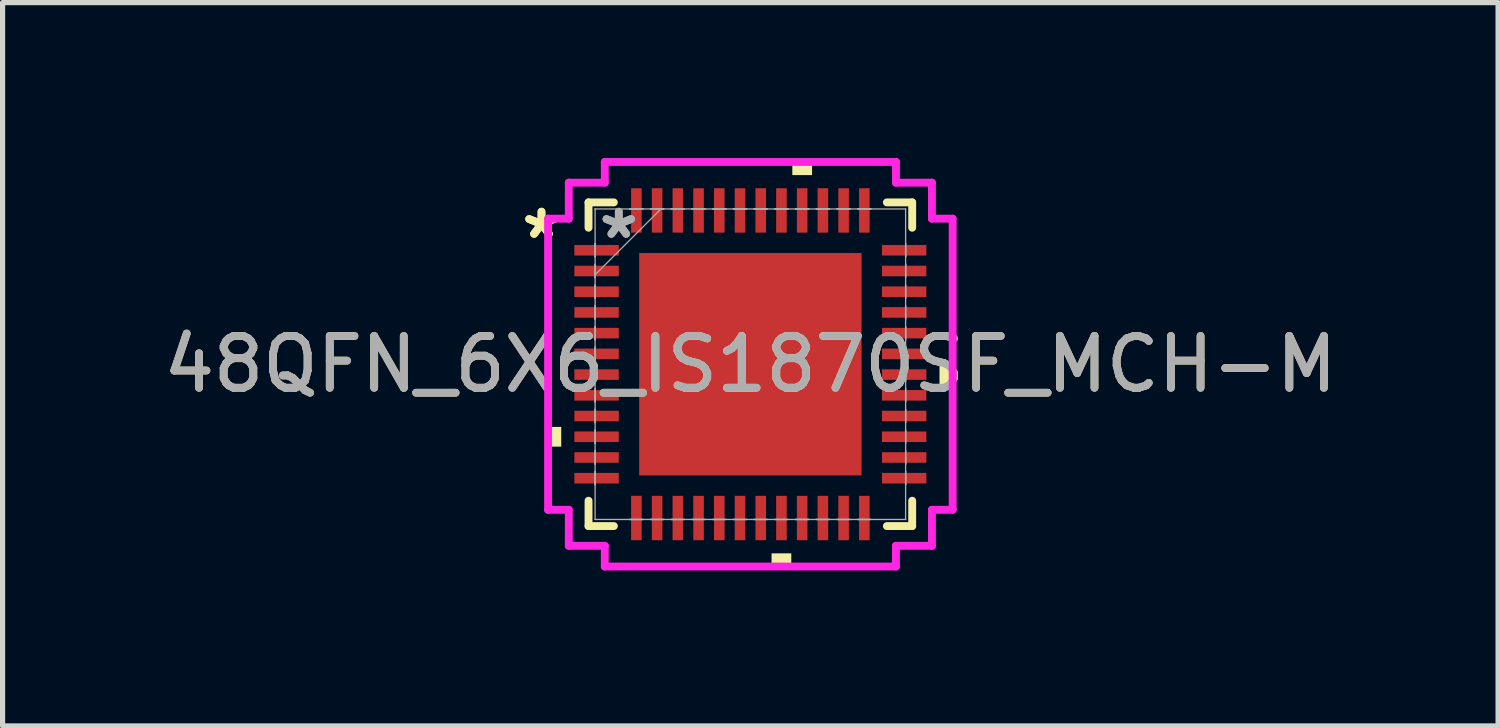
<source format=kicad_pcb>
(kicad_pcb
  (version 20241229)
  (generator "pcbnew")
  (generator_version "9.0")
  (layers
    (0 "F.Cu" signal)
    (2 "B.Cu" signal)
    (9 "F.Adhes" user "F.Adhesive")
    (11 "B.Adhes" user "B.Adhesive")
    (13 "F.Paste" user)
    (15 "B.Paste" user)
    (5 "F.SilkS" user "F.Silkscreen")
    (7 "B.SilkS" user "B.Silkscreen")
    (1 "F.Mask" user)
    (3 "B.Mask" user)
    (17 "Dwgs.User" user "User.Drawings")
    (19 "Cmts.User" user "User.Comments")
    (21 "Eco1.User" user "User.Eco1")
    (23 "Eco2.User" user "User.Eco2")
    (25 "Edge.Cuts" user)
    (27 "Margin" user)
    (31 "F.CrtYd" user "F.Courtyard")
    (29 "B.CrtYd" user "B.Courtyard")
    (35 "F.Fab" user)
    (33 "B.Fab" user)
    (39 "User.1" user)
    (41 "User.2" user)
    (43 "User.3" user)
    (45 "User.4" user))
  (footprint "48QFN_6X6_IS1870SF_MCH-M"
    (layer "F.Cu")
    (at 11.435 3.981)
    (property "Reference" "48QFN_6X6_IS1870SF_MCH-M" (at 0 0 0) (unlocked yes) (layer "F.SilkS") (effects (font (size 1 1) (thickness 0.15))))
    (attr smd)
    (fp_line (start -3.124 -3.124) (end -3.124 -2.635) (stroke (width 0.152) (type solid)) (layer "F.SilkS"))
    (fp_line (start -3.124 2.635) (end -3.124 3.124) (stroke (width 0.152) (type solid)) (layer "F.SilkS"))
    (fp_line (start -3.124 3.124) (end -2.635 3.124) (stroke (width 0.152) (type solid)) (layer "F.SilkS"))
    (fp_line (start -2.635 -3.124) (end -3.124 -3.124) (stroke (width 0.152) (type solid)) (layer "F.SilkS"))
    (fp_line (start 2.635 3.124) (end 3.124 3.124) (stroke (width 0.152) (type solid)) (layer "F.SilkS"))
    (fp_line (start 3.124 -3.124) (end 2.635 -3.124) (stroke (width 0.152) (type solid)) (layer "F.SilkS"))
    (fp_line (start 3.124 -2.635) (end 3.124 -3.124) (stroke (width 0.152) (type solid)) (layer "F.SilkS"))
    (fp_line (start 3.124 3.124) (end 3.124 2.635) (stroke (width 0.152) (type solid)) (layer "F.SilkS"))
    (fp_poly (pts (xy -3.905 1.21) (xy -3.905 1.591) (xy -3.651 1.591) (xy -3.651 1.21)) (stroke (width 0) (type solid)) (fill yes) (layer "F.SilkS"))
    (fp_poly (pts (xy 0.409 3.651) (xy 0.409 3.905) (xy 0.79 3.905) (xy 0.79 3.651)) (stroke (width 0) (type solid)) (fill yes) (layer "F.SilkS"))
    (fp_poly (pts (xy 0.81 -3.651) (xy 0.81 -3.905) (xy 1.191 -3.905) (xy 1.191 -3.651)) (stroke (width 0) (type solid)) (fill yes) (layer "F.SilkS"))
    (fp_poly (pts (xy 3.905 0.009) (xy 3.905 0.391) (xy 3.651 0.391) (xy 3.651 0.009)) (stroke (width 0) (type solid)) (fill yes) (layer "F.SilkS"))
    (fp_poly (pts (xy -2.046 -2.046) (xy -2.046 -0.815) (xy -0.815 -0.815) (xy -0.815 -2.046)) (stroke (width 0) (type solid)) (fill yes) (layer "F.Paste"))
    (fp_poly (pts (xy -2.046 -0.615) (xy -2.046 0.615) (xy -0.815 0.615) (xy -0.815 -0.615)) (stroke (width 0) (type solid)) (fill yes) (layer "F.Paste"))
    (fp_poly (pts (xy -2.046 0.815) (xy -2.046 2.046) (xy -0.815 2.046) (xy -0.815 0.815)) (stroke (width 0) (type solid)) (fill yes) (layer "F.Paste"))
    (fp_poly (pts (xy -0.615 -2.046) (xy -0.615 -0.815) (xy 0.615 -0.815) (xy 0.615 -2.046)) (stroke (width 0) (type solid)) (fill yes) (layer "F.Paste"))
    (fp_poly (pts (xy -0.615 -0.615) (xy -0.615 0.615) (xy 0.615 0.615) (xy 0.615 -0.615)) (stroke (width 0) (type solid)) (fill yes) (layer "F.Paste"))
    (fp_poly (pts (xy -0.615 0.815) (xy -0.615 2.046) (xy 0.615 2.046) (xy 0.615 0.815)) (stroke (width 0) (type solid)) (fill yes) (layer "F.Paste"))
    (fp_poly (pts (xy 0.815 -2.046) (xy 0.815 -0.815) (xy 2.046 -0.815) (xy 2.046 -2.046)) (stroke (width 0) (type solid)) (fill yes) (layer "F.Paste"))
    (fp_poly (pts (xy 0.815 -0.615) (xy 0.815 0.615) (xy 2.046 0.615) (xy 2.046 -0.615)) (stroke (width 0) (type solid)) (fill yes) (layer "F.Paste"))
    (fp_poly (pts (xy 0.815 0.815) (xy 0.815 2.046) (xy 2.046 2.046) (xy 2.046 0.815)) (stroke (width 0) (type solid)) (fill yes) (layer "F.Paste"))
    (fp_line (start -3.905 -2.81) (end -3.505 -2.81) (stroke (width 0.152) (type solid)) (layer "F.CrtYd"))
    (fp_line (start -3.905 2.81) (end -3.905 -2.81) (stroke (width 0.152) (type solid)) (layer "F.CrtYd"))
    (fp_line (start -3.505 -3.505) (end -2.81 -3.505) (stroke (width 0.152) (type solid)) (layer "F.CrtYd"))
    (fp_line (start -3.505 -2.81) (end -3.505 -3.505) (stroke (width 0.152) (type solid)) (layer "F.CrtYd"))
    (fp_line (start -3.505 2.81) (end -3.905 2.81) (stroke (width 0.152) (type solid)) (layer "F.CrtYd"))
    (fp_line (start -3.505 3.505) (end -3.505 2.81) (stroke (width 0.152) (type solid)) (layer "F.CrtYd"))
    (fp_line (start -2.81 -3.905) (end 2.81 -3.905) (stroke (width 0.152) (type solid)) (layer "F.CrtYd"))
    (fp_line (start -2.81 -3.505) (end -2.81 -3.905) (stroke (width 0.152) (type solid)) (layer "F.CrtYd"))
    (fp_line (start -2.81 3.505) (end -3.505 3.505) (stroke (width 0.152) (type solid)) (layer "F.CrtYd"))
    (fp_line (start -2.81 3.905) (end -2.81 3.505) (stroke (width 0.152) (type solid)) (layer "F.CrtYd"))
    (fp_line (start 2.81 -3.905) (end 2.81 -3.505) (stroke (width 0.152) (type solid)) (layer "F.CrtYd"))
    (fp_line (start 2.81 -3.505) (end 3.505 -3.505) (stroke (width 0.152) (type solid)) (layer "F.CrtYd"))
    (fp_line (start 2.81 3.505) (end 2.81 3.905) (stroke (width 0.152) (type solid)) (layer "F.CrtYd"))
    (fp_line (start 2.81 3.905) (end -2.81 3.905) (stroke (width 0.152) (type solid)) (layer "F.CrtYd"))
    (fp_line (start 3.505 -3.505) (end 3.505 -2.81) (stroke (width 0.152) (type solid)) (layer "F.CrtYd"))
    (fp_line (start 3.505 -2.81) (end 3.905 -2.81) (stroke (width 0.152) (type solid)) (layer "F.CrtYd"))
    (fp_line (start 3.505 2.81) (end 3.505 3.505) (stroke (width 0.152) (type solid)) (layer "F.CrtYd"))
    (fp_line (start 3.505 3.505) (end 2.81 3.505) (stroke (width 0.152) (type solid)) (layer "F.CrtYd"))
    (fp_line (start 3.905 -2.81) (end 3.905 2.81) (stroke (width 0.152) (type solid)) (layer "F.CrtYd"))
    (fp_line (start 3.905 2.81) (end 3.505 2.81) (stroke (width 0.152) (type solid)) (layer "F.CrtYd"))
    (fp_line (start -2.997 -2.997) (end -2.997 -2.997) (stroke (width 0.025) (type solid)) (layer "F.Fab"))
    (fp_line (start -2.997 -2.997) (end -2.997 2.997) (stroke (width 0.025) (type solid)) (layer "F.Fab"))
    (fp_line (start -2.997 -2.327) (end -2.997 -2.327) (stroke (width 0.025) (type solid)) (layer "F.Fab"))
    (fp_line (start -2.997 -2.327) (end -2.997 -2.073) (stroke (width 0.025) (type solid)) (layer "F.Fab"))
    (fp_line (start -2.997 -2.073) (end -2.997 -2.327) (stroke (width 0.025) (type solid)) (layer "F.Fab"))
    (fp_line (start -2.997 -2.073) (end -2.997 -2.073) (stroke (width 0.025) (type solid)) (layer "F.Fab"))
    (fp_line (start -2.997 -1.927) (end -2.997 -1.927) (stroke (width 0.025) (type solid)) (layer "F.Fab"))
    (fp_line (start -2.997 -1.927) (end -2.997 -1.673) (stroke (width 0.025) (type solid)) (layer "F.Fab"))
    (fp_line (start -2.997 -1.727) (end -1.727 -2.997) (stroke (width 0.025) (type solid)) (layer "F.Fab"))
    (fp_line (start -2.997 -1.673) (end -2.997 -1.927) (stroke (width 0.025) (type solid)) (layer "F.Fab"))
    (fp_line (start -2.997 -1.673) (end -2.997 -1.673) (stroke (width 0.025) (type solid)) (layer "F.Fab"))
    (fp_line (start -2.997 -1.527) (end -2.997 -1.527) (stroke (width 0.025) (type solid)) (layer "F.Fab"))
    (fp_line (start -2.997 -1.527) (end -2.997 -1.273) (stroke (width 0.025) (type solid)) (layer "F.Fab"))
    (fp_line (start -2.997 -1.273) (end -2.997 -1.527) (stroke (width 0.025) (type solid)) (layer "F.Fab"))
    (fp_line (start -2.997 -1.273) (end -2.997 -1.273) (stroke (width 0.025) (type solid)) (layer "F.Fab"))
    (fp_line (start -2.997 -1.127) (end -2.997 -1.127) (stroke (width 0.025) (type solid)) (layer "F.Fab"))
    (fp_line (start -2.997 -1.127) (end -2.997 -0.873) (stroke (width 0.025) (type solid)) (layer "F.Fab"))
    (fp_line (start -2.997 -0.873) (end -2.997 -1.127) (stroke (width 0.025) (type solid)) (layer "F.Fab"))
    (fp_line (start -2.997 -0.873) (end -2.997 -0.873) (stroke (width 0.025) (type solid)) (layer "F.Fab"))
    (fp_line (start -2.997 -0.727) (end -2.997 -0.727) (stroke (width 0.025) (type solid)) (layer "F.Fab"))
    (fp_line (start -2.997 -0.727) (end -2.997 -0.473) (stroke (width 0.025) (type solid)) (layer "F.Fab"))
    (fp_line (start -2.997 -0.473) (end -2.997 -0.727) (stroke (width 0.025) (type solid)) (layer "F.Fab"))
    (fp_line (start -2.997 -0.473) (end -2.997 -0.473) (stroke (width 0.025) (type solid)) (layer "F.Fab"))
    (fp_line (start -2.997 -0.327) (end -2.997 -0.327) (stroke (width 0.025) (type solid)) (layer "F.Fab"))
    (fp_line (start -2.997 -0.327) (end -2.997 -0.073) (stroke (width 0.025) (type solid)) (layer "F.Fab"))
    (fp_line (start -2.997 -0.073) (end -2.997 -0.327) (stroke (width 0.025) (type solid)) (layer "F.Fab"))
    (fp_line (start -2.997 -0.073) (end -2.997 -0.073) (stroke (width 0.025) (type solid)) (layer "F.Fab"))
    (fp_line (start -2.997 0.073) (end -2.997 0.073) (stroke (width 0.025) (type solid)) (layer "F.Fab"))
    (fp_line (start -2.997 0.073) (end -2.997 0.327) (stroke (width 0.025) (type solid)) (layer "F.Fab"))
    (fp_line (start -2.997 0.327) (end -2.997 0.073) (stroke (width 0.025) (type solid)) (layer "F.Fab"))
    (fp_line (start -2.997 0.327) (end -2.997 0.327) (stroke (width 0.025) (type solid)) (layer "F.Fab"))
    (fp_line (start -2.997 0.473) (end -2.997 0.473) (stroke (width 0.025) (type solid)) (layer "F.Fab"))
    (fp_line (start -2.997 0.473) (end -2.997 0.727) (stroke (width 0.025) (type solid)) (layer "F.Fab"))
    (fp_line (start -2.997 0.727) (end -2.997 0.473) (stroke (width 0.025) (type solid)) (layer "F.Fab"))
    (fp_line (start -2.997 0.727) (end -2.997 0.727) (stroke (width 0.025) (type solid)) (layer "F.Fab"))
    (fp_line (start -2.997 0.873) (end -2.997 0.873) (stroke (width 0.025) (type solid)) (layer "F.Fab"))
    (fp_line (start -2.997 0.873) (end -2.997 1.127) (stroke (width 0.025) (type solid)) (layer "F.Fab"))
    (fp_line (start -2.997 1.127) (end -2.997 0.873) (stroke (width 0.025) (type solid)) (layer "F.Fab"))
    (fp_line (start -2.997 1.127) (end -2.997 1.127) (stroke (width 0.025) (type solid)) (layer "F.Fab"))
    (fp_line (start -2.997 1.273) (end -2.997 1.273) (stroke (width 0.025) (type solid)) (layer "F.Fab"))
    (fp_line (start -2.997 1.273) (end -2.997 1.527) (stroke (width 0.025) (type solid)) (layer "F.Fab"))
    (fp_line (start -2.997 1.527) (end -2.997 1.273) (stroke (width 0.025) (type solid)) (layer "F.Fab"))
    (fp_line (start -2.997 1.527) (end -2.997 1.527) (stroke (width 0.025) (type solid)) (layer "F.Fab"))
    (fp_line (start -2.997 1.673) (end -2.997 1.673) (stroke (width 0.025) (type solid)) (layer "F.Fab"))
    (fp_line (start -2.997 1.673) (end -2.997 1.927) (stroke (width 0.025) (type solid)) (layer "F.Fab"))
    (fp_line (start -2.997 1.927) (end -2.997 1.673) (stroke (width 0.025) (type solid)) (layer "F.Fab"))
    (fp_line (start -2.997 1.927) (end -2.997 1.927) (stroke (width 0.025) (type solid)) (layer "F.Fab"))
    (fp_line (start -2.997 2.073) (end -2.997 2.073) (stroke (width 0.025) (type solid)) (layer "F.Fab"))
    (fp_line (start -2.997 2.073) (end -2.997 2.327) (stroke (width 0.025) (type solid)) (layer "F.Fab"))
    (fp_line (start -2.997 2.327) (end -2.997 2.073) (stroke (width 0.025) (type solid)) (layer "F.Fab"))
    (fp_line (start -2.997 2.327) (end -2.997 2.327) (stroke (width 0.025) (type solid)) (layer "F.Fab"))
    (fp_line (start -2.997 2.997) (end -2.997 2.997) (stroke (width 0.025) (type solid)) (layer "F.Fab"))
    (fp_line (start -2.997 2.997) (end 2.997 2.997) (stroke (width 0.025) (type solid)) (layer "F.Fab"))
    (fp_line (start -2.327 -2.997) (end -2.327 -2.997) (stroke (width 0.025) (type solid)) (layer "F.Fab"))
    (fp_line (start -2.327 -2.997) (end -2.073 -2.997) (stroke (width 0.025) (type solid)) (layer "F.Fab"))
    (fp_line (start -2.327 2.997) (end -2.327 2.997) (stroke (width 0.025) (type solid)) (layer "F.Fab"))
    (fp_line (start -2.327 2.997) (end -2.073 2.997) (stroke (width 0.025) (type solid)) (layer "F.Fab"))
    (fp_line (start -2.073 -2.997) (end -2.327 -2.997) (stroke (width 0.025) (type solid)) (layer "F.Fab"))
    (fp_line (start -2.073 -2.997) (end -2.073 -2.997) (stroke (width 0.025) (type solid)) (layer "F.Fab"))
    (fp_line (start -2.073 2.997) (end -2.327 2.997) (stroke (width 0.025) (type solid)) (layer "F.Fab"))
    (fp_line (start -2.073 2.997) (end -2.073 2.997) (stroke (width 0.025) (type solid)) (layer "F.Fab"))
    (fp_line (start -1.927 -2.997) (end -1.927 -2.997) (stroke (width 0.025) (type solid)) (layer "F.Fab"))
    (fp_line (start -1.927 -2.997) (end -1.673 -2.997) (stroke (width 0.025) (type solid)) (layer "F.Fab"))
    (fp_line (start -1.927 2.997) (end -1.927 2.997) (stroke (width 0.025) (type solid)) (layer "F.Fab"))
    (fp_line (start -1.927 2.997) (end -1.673 2.997) (stroke (width 0.025) (type solid)) (layer "F.Fab"))
    (fp_line (start -1.673 -2.997) (end -1.927 -2.997) (stroke (width 0.025) (type solid)) (layer "F.Fab"))
    (fp_line (start -1.673 -2.997) (end -1.673 -2.997) (stroke (width 0.025) (type solid)) (layer "F.Fab"))
    (fp_line (start -1.673 2.997) (end -1.927 2.997) (stroke (width 0.025) (type solid)) (layer "F.Fab"))
    (fp_line (start -1.673 2.997) (end -1.673 2.997) (stroke (width 0.025) (type solid)) (layer "F.Fab"))
    (fp_line (start -1.527 -2.997) (end -1.527 -2.997) (stroke (width 0.025) (type solid)) (layer "F.Fab"))
    (fp_line (start -1.527 -2.997) (end -1.273 -2.997) (stroke (width 0.025) (type solid)) (layer "F.Fab"))
    (fp_line (start -1.527 2.997) (end -1.527 2.997) (stroke (width 0.025) (type solid)) (layer "F.Fab"))
    (fp_line (start -1.527 2.997) (end -1.273 2.997) (stroke (width 0.025) (type solid)) (layer "F.Fab"))
    (fp_line (start -1.273 -2.997) (end -1.527 -2.997) (stroke (width 0.025) (type solid)) (layer "F.Fab"))
    (fp_line (start -1.273 -2.997) (end -1.273 -2.997) (stroke (width 0.025) (type solid)) (layer "F.Fab"))
    (fp_line (start -1.273 2.997) (end -1.527 2.997) (stroke (width 0.025) (type solid)) (layer "F.Fab"))
    (fp_line (start -1.273 2.997) (end -1.273 2.997) (stroke (width 0.025) (type solid)) (layer "F.Fab"))
    (fp_line (start -1.127 -2.997) (end -1.127 -2.997) (stroke (width 0.025) (type solid)) (layer "F.Fab"))
    (fp_line (start -1.127 -2.997) (end -0.873 -2.997) (stroke (width 0.025) (type solid)) (layer "F.Fab"))
    (fp_line (start -1.127 2.997) (end -1.127 2.997) (stroke (width 0.025) (type solid)) (layer "F.Fab"))
    (fp_line (start -1.127 2.997) (end -0.873 2.997) (stroke (width 0.025) (type solid)) (layer "F.Fab"))
    (fp_line (start -0.873 -2.997) (end -1.127 -2.997) (stroke (width 0.025) (type solid)) (layer "F.Fab"))
    (fp_line (start -0.873 -2.997) (end -0.873 -2.997) (stroke (width 0.025) (type solid)) (layer "F.Fab"))
    (fp_line (start -0.873 2.997) (end -1.127 2.997) (stroke (width 0.025) (type solid)) (layer "F.Fab"))
    (fp_line (start -0.873 2.997) (end -0.873 2.997) (stroke (width 0.025) (type solid)) (layer "F.Fab"))
    (fp_line (start -0.727 -2.997) (end -0.727 -2.997) (stroke (width 0.025) (type solid)) (layer "F.Fab"))
    (fp_line (start -0.727 -2.997) (end -0.473 -2.997) (stroke (width 0.025) (type solid)) (layer "F.Fab"))
    (fp_line (start -0.727 2.997) (end -0.727 2.997) (stroke (width 0.025) (type solid)) (layer "F.Fab"))
    (fp_line (start -0.727 2.997) (end -0.473 2.997) (stroke (width 0.025) (type solid)) (layer "F.Fab"))
    (fp_line (start -0.473 -2.997) (end -0.727 -2.997) (stroke (width 0.025) (type solid)) (layer "F.Fab"))
    (fp_line (start -0.473 -2.997) (end -0.473 -2.997) (stroke (width 0.025) (type solid)) (layer "F.Fab"))
    (fp_line (start -0.473 2.997) (end -0.727 2.997) (stroke (width 0.025) (type solid)) (layer "F.Fab"))
    (fp_line (start -0.473 2.997) (end -0.473 2.997) (stroke (width 0.025) (type solid)) (layer "F.Fab"))
    (fp_line (start -0.327 -2.997) (end -0.327 -2.997) (stroke (width 0.025) (type solid)) (layer "F.Fab"))
    (fp_line (start -0.327 -2.997) (end -0.073 -2.997) (stroke (width 0.025) (type solid)) (layer "F.Fab"))
    (fp_line (start -0.327 2.997) (end -0.327 2.997) (stroke (width 0.025) (type solid)) (layer "F.Fab"))
    (fp_line (start -0.327 2.997) (end -0.073 2.997) (stroke (width 0.025) (type solid)) (layer "F.Fab"))
    (fp_line (start -0.073 -2.997) (end -0.327 -2.997) (stroke (width 0.025) (type solid)) (layer "F.Fab"))
    (fp_line (start -0.073 -2.997) (end -0.073 -2.997) (stroke (width 0.025) (type solid)) (layer "F.Fab"))
    (fp_line (start -0.073 2.997) (end -0.327 2.997) (stroke (width 0.025) (type solid)) (layer "F.Fab"))
    (fp_line (start -0.073 2.997) (end -0.073 2.997) (stroke (width 0.025) (type solid)) (layer "F.Fab"))
    (fp_line (start 0.073 -2.997) (end 0.073 -2.997) (stroke (width 0.025) (type solid)) (layer "F.Fab"))
    (fp_line (start 0.073 -2.997) (end 0.327 -2.997) (stroke (width 0.025) (type solid)) (layer "F.Fab"))
    (fp_line (start 0.073 2.997) (end 0.073 2.997) (stroke (width 0.025) (type solid)) (layer "F.Fab"))
    (fp_line (start 0.073 2.997) (end 0.327 2.997) (stroke (width 0.025) (type solid)) (layer "F.Fab"))
    (fp_line (start 0.327 -2.997) (end 0.073 -2.997) (stroke (width 0.025) (type solid)) (layer "F.Fab"))
    (fp_line (start 0.327 -2.997) (end 0.327 -2.997) (stroke (width 0.025) (type solid)) (layer "F.Fab"))
    (fp_line (start 0.327 2.997) (end 0.073 2.997) (stroke (width 0.025) (type solid)) (layer "F.Fab"))
    (fp_line (start 0.327 2.997) (end 0.327 2.997) (stroke (width 0.025) (type solid)) (layer "F.Fab"))
    (fp_line (start 0.473 -2.997) (end 0.473 -2.997) (stroke (width 0.025) (type solid)) (layer "F.Fab"))
    (fp_line (start 0.473 -2.997) (end 0.727 -2.997) (stroke (width 0.025) (type solid)) (layer "F.Fab"))
    (fp_line (start 0.473 2.997) (end 0.473 2.997) (stroke (width 0.025) (type solid)) (layer "F.Fab"))
    (fp_line (start 0.473 2.997) (end 0.727 2.997) (stroke (width 0.025) (type solid)) (layer "F.Fab"))
    (fp_line (start 0.727 -2.997) (end 0.473 -2.997) (stroke (width 0.025) (type solid)) (layer "F.Fab"))
    (fp_line (start 0.727 -2.997) (end 0.727 -2.997) (stroke (width 0.025) (type solid)) (layer "F.Fab"))
    (fp_line (start 0.727 2.997) (end 0.473 2.997) (stroke (width 0.025) (type solid)) (layer "F.Fab"))
    (fp_line (start 0.727 2.997) (end 0.727 2.997) (stroke (width 0.025) (type solid)) (layer "F.Fab"))
    (fp_line (start 0.873 -2.997) (end 0.873 -2.997) (stroke (width 0.025) (type solid)) (layer "F.Fab"))
    (fp_line (start 0.873 -2.997) (end 1.127 -2.997) (stroke (width 0.025) (type solid)) (layer "F.Fab"))
    (fp_line (start 0.873 2.997) (end 0.873 2.997) (stroke (width 0.025) (type solid)) (layer "F.Fab"))
    (fp_line (start 0.873 2.997) (end 1.127 2.997) (stroke (width 0.025) (type solid)) (layer "F.Fab"))
    (fp_line (start 1.127 -2.997) (end 0.873 -2.997) (stroke (width 0.025) (type solid)) (layer "F.Fab"))
    (fp_line (start 1.127 -2.997) (end 1.127 -2.997) (stroke (width 0.025) (type solid)) (layer "F.Fab"))
    (fp_line (start 1.127 2.997) (end 0.873 2.997) (stroke (width 0.025) (type solid)) (layer "F.Fab"))
    (fp_line (start 1.127 2.997) (end 1.127 2.997) (stroke (width 0.025) (type solid)) (layer "F.Fab"))
    (fp_line (start 1.273 -2.997) (end 1.273 -2.997) (stroke (width 0.025) (type solid)) (layer "F.Fab"))
    (fp_line (start 1.273 -2.997) (end 1.527 -2.997) (stroke (width 0.025) (type solid)) (layer "F.Fab"))
    (fp_line (start 1.273 2.997) (end 1.273 2.997) (stroke (width 0.025) (type solid)) (layer "F.Fab"))
    (fp_line (start 1.273 2.997) (end 1.527 2.997) (stroke (width 0.025) (type solid)) (layer "F.Fab"))
    (fp_line (start 1.527 -2.997) (end 1.273 -2.997) (stroke (width 0.025) (type solid)) (layer "F.Fab"))
    (fp_line (start 1.527 -2.997) (end 1.527 -2.997) (stroke (width 0.025) (type solid)) (layer "F.Fab"))
    (fp_line (start 1.527 2.997) (end 1.273 2.997) (stroke (width 0.025) (type solid)) (layer "F.Fab"))
    (fp_line (start 1.527 2.997) (end 1.527 2.997) (stroke (width 0.025) (type solid)) (layer "F.Fab"))
    (fp_line (start 1.673 -2.997) (end 1.673 -2.997) (stroke (width 0.025) (type solid)) (layer "F.Fab"))
    (fp_line (start 1.673 -2.997) (end 1.927 -2.997) (stroke (width 0.025) (type solid)) (layer "F.Fab"))
    (fp_line (start 1.673 2.997) (end 1.673 2.997) (stroke (width 0.025) (type solid)) (layer "F.Fab"))
    (fp_line (start 1.673 2.997) (end 1.927 2.997) (stroke (width 0.025) (type solid)) (layer "F.Fab"))
    (fp_line (start 1.927 -2.997) (end 1.673 -2.997) (stroke (width 0.025) (type solid)) (layer "F.Fab"))
    (fp_line (start 1.927 -2.997) (end 1.927 -2.997) (stroke (width 0.025) (type solid)) (layer "F.Fab"))
    (fp_line (start 1.927 2.997) (end 1.673 2.997) (stroke (width 0.025) (type solid)) (layer "F.Fab"))
    (fp_line (start 1.927 2.997) (end 1.927 2.997) (stroke (width 0.025) (type solid)) (layer "F.Fab"))
    (fp_line (start 2.073 -2.997) (end 2.073 -2.997) (stroke (width 0.025) (type solid)) (layer "F.Fab"))
    (fp_line (start 2.073 -2.997) (end 2.327 -2.997) (stroke (width 0.025) (type solid)) (layer "F.Fab"))
    (fp_line (start 2.073 2.997) (end 2.073 2.997) (stroke (width 0.025) (type solid)) (layer "F.Fab"))
    (fp_line (start 2.073 2.997) (end 2.327 2.997) (stroke (width 0.025) (type solid)) (layer "F.Fab"))
    (fp_line (start 2.327 -2.997) (end 2.073 -2.997) (stroke (width 0.025) (type solid)) (layer "F.Fab"))
    (fp_line (start 2.327 -2.997) (end 2.327 -2.997) (stroke (width 0.025) (type solid)) (layer "F.Fab"))
    (fp_line (start 2.327 2.997) (end 2.073 2.997) (stroke (width 0.025) (type solid)) (layer "F.Fab"))
    (fp_line (start 2.327 2.997) (end 2.327 2.997) (stroke (width 0.025) (type solid)) (layer "F.Fab"))
    (fp_line (start 2.997 -2.997) (end -2.997 -2.997) (stroke (width 0.025) (type solid)) (layer "F.Fab"))
    (fp_line (start 2.997 -2.997) (end 2.997 -2.997) (stroke (width 0.025) (type solid)) (layer "F.Fab"))
    (fp_line (start 2.997 -2.327) (end 2.997 -2.327) (stroke (width 0.025) (type solid)) (layer "F.Fab"))
    (fp_line (start 2.997 -2.327) (end 2.997 -2.073) (stroke (width 0.025) (type solid)) (layer "F.Fab"))
    (fp_line (start 2.997 -2.073) (end 2.997 -2.327) (stroke (width 0.025) (type solid)) (layer "F.Fab"))
    (fp_line (start 2.997 -2.073) (end 2.997 -2.073) (stroke (width 0.025) (type solid)) (layer "F.Fab"))
    (fp_line (start 2.997 -1.927) (end 2.997 -1.927) (stroke (width 0.025) (type solid)) (layer "F.Fab"))
    (fp_line (start 2.997 -1.927) (end 2.997 -1.673) (stroke (width 0.025) (type solid)) (layer "F.Fab"))
    (fp_line (start 2.997 -1.673) (end 2.997 -1.927) (stroke (width 0.025) (type solid)) (layer "F.Fab"))
    (fp_line (start 2.997 -1.673) (end 2.997 -1.673) (stroke (width 0.025) (type solid)) (layer "F.Fab"))
    (fp_line (start 2.997 -1.527) (end 2.997 -1.527) (stroke (width 0.025) (type solid)) (layer "F.Fab"))
    (fp_line (start 2.997 -1.527) (end 2.997 -1.273) (stroke (width 0.025) (type solid)) (layer "F.Fab"))
    (fp_line (start 2.997 -1.273) (end 2.997 -1.527) (stroke (width 0.025) (type solid)) (layer "F.Fab"))
    (fp_line (start 2.997 -1.273) (end 2.997 -1.273) (stroke (width 0.025) (type solid)) (layer "F.Fab"))
    (fp_line (start 2.997 -1.127) (end 2.997 -1.127) (stroke (width 0.025) (type solid)) (layer "F.Fab"))
    (fp_line (start 2.997 -1.127) (end 2.997 -0.873) (stroke (width 0.025) (type solid)) (layer "F.Fab"))
    (fp_line (start 2.997 -0.873) (end 2.997 -1.127) (stroke (width 0.025) (type solid)) (layer "F.Fab"))
    (fp_line (start 2.997 -0.873) (end 2.997 -0.873) (stroke (width 0.025) (type solid)) (layer "F.Fab"))
    (fp_line (start 2.997 -0.727) (end 2.997 -0.727) (stroke (width 0.025) (type solid)) (layer "F.Fab"))
    (fp_line (start 2.997 -0.727) (end 2.997 -0.473) (stroke (width 0.025) (type solid)) (layer "F.Fab"))
    (fp_line (start 2.997 -0.473) (end 2.997 -0.727) (stroke (width 0.025) (type solid)) (layer "F.Fab"))
    (fp_line (start 2.997 -0.473) (end 2.997 -0.473) (stroke (width 0.025) (type solid)) (layer "F.Fab"))
    (fp_line (start 2.997 -0.327) (end 2.997 -0.327) (stroke (width 0.025) (type solid)) (layer "F.Fab"))
    (fp_line (start 2.997 -0.327) (end 2.997 -0.073) (stroke (width 0.025) (type solid)) (layer "F.Fab"))
    (fp_line (start 2.997 -0.073) (end 2.997 -0.327) (stroke (width 0.025) (type solid)) (layer "F.Fab"))
    (fp_line (start 2.997 -0.073) (end 2.997 -0.073) (stroke (width 0.025) (type solid)) (layer "F.Fab"))
    (fp_line (start 2.997 0.073) (end 2.997 0.073) (stroke (width 0.025) (type solid)) (layer "F.Fab"))
    (fp_line (start 2.997 0.073) (end 2.997 0.327) (stroke (width 0.025) (type solid)) (layer "F.Fab"))
    (fp_line (start 2.997 0.327) (end 2.997 0.073) (stroke (width 0.025) (type solid)) (layer "F.Fab"))
    (fp_line (start 2.997 0.327) (end 2.997 0.327) (stroke (width 0.025) (type solid)) (layer "F.Fab"))
    (fp_line (start 2.997 0.473) (end 2.997 0.473) (stroke (width 0.025) (type solid)) (layer "F.Fab"))
    (fp_line (start 2.997 0.473) (end 2.997 0.727) (stroke (width 0.025) (type solid)) (layer "F.Fab"))
    (fp_line (start 2.997 0.727) (end 2.997 0.473) (stroke (width 0.025) (type solid)) (layer "F.Fab"))
    (fp_line (start 2.997 0.727) (end 2.997 0.727) (stroke (width 0.025) (type solid)) (layer "F.Fab"))
    (fp_line (start 2.997 0.873) (end 2.997 0.873) (stroke (width 0.025) (type solid)) (layer "F.Fab"))
    (fp_line (start 2.997 0.873) (end 2.997 1.127) (stroke (width 0.025) (type solid)) (layer "F.Fab"))
    (fp_line (start 2.997 1.127) (end 2.997 0.873) (stroke (width 0.025) (type solid)) (layer "F.Fab"))
    (fp_line (start 2.997 1.127) (end 2.997 1.127) (stroke (width 0.025) (type solid)) (layer "F.Fab"))
    (fp_line (start 2.997 1.273) (end 2.997 1.273) (stroke (width 0.025) (type solid)) (layer "F.Fab"))
    (fp_line (start 2.997 1.273) (end 2.997 1.527) (stroke (width 0.025) (type solid)) (layer "F.Fab"))
    (fp_line (start 2.997 1.527) (end 2.997 1.273) (stroke (width 0.025) (type solid)) (layer "F.Fab"))
    (fp_line (start 2.997 1.527) (end 2.997 1.527) (stroke (width 0.025) (type solid)) (layer "F.Fab"))
    (fp_line (start 2.997 1.673) (end 2.997 1.673) (stroke (width 0.025) (type solid)) (layer "F.Fab"))
    (fp_line (start 2.997 1.673) (end 2.997 1.927) (stroke (width 0.025) (type solid)) (layer "F.Fab"))
    (fp_line (start 2.997 1.927) (end 2.997 1.673) (stroke (width 0.025) (type solid)) (layer "F.Fab"))
    (fp_line (start 2.997 1.927) (end 2.997 1.927) (stroke (width 0.025) (type solid)) (layer "F.Fab"))
    (fp_line (start 2.997 2.073) (end 2.997 2.073) (stroke (width 0.025) (type solid)) (layer "F.Fab"))
    (fp_line (start 2.997 2.073) (end 2.997 2.327) (stroke (width 0.025) (type solid)) (layer "F.Fab"))
    (fp_line (start 2.997 2.327) (end 2.997 2.073) (stroke (width 0.025) (type solid)) (layer "F.Fab"))
    (fp_line (start 2.997 2.327) (end 2.997 2.327) (stroke (width 0.025) (type solid)) (layer "F.Fab"))
    (fp_line (start 2.997 2.997) (end 2.997 -2.997) (stroke (width 0.025) (type solid)) (layer "F.Fab"))
    (fp_line (start 2.997 2.997) (end 2.997 2.997) (stroke (width 0.025) (type solid)) (layer "F.Fab"))
    (fp_text user "*" (at -4.032 -2.4 0) (layer "F.SilkS") (effects (font (size 1 1) (thickness 0.15))))
    (fp_text user "*" (at -4.032 -2.4 0) (unlocked yes) (layer "F.SilkS") (effects (font (size 1 1) (thickness 0.15))))
    (fp_text user "*" (at -2.54 -2.4 0) (layer "F.Fab") (effects (font (size 1 1) (thickness 0.15))))
    (fp_text user "*" (at -2.54 -2.4 0) (unlocked yes) (layer "F.Fab") (effects (font (size 1 1) (thickness 0.15))))
    (fp_text user "${REFERENCE}" (at 0 0 0) (unlocked yes) (layer "F.Fab") (effects (font (size 1 1) (thickness 0.15))))
    (pad "1" smd rect (at -2.969 -2.2 90) (size 0.204 0.857) (layers "F.Cu" "F.Mask" "F.Paste"))
    (pad "2" smd rect (at -2.969 -1.8 90) (size 0.204 0.857) (layers "F.Cu" "F.Mask" "F.Paste"))
    (pad "3" smd rect (at -2.969 -1.4 90) (size 0.204 0.857) (layers "F.Cu" "F.Mask" "F.Paste"))
    (pad "4" smd rect (at -2.969 -1 90) (size 0.204 0.857) (layers "F.Cu" "F.Mask" "F.Paste"))
    (pad "5" smd rect (at -2.969 -0.6 90) (size 0.204 0.857) (layers "F.Cu" "F.Mask" "F.Paste"))
    (pad "6" smd rect (at -2.969 -0.2 90) (size 0.204 0.857) (layers "F.Cu" "F.Mask" "F.Paste"))
    (pad "7" smd rect (at -2.969 0.2 90) (size 0.204 0.857) (layers "F.Cu" "F.Mask" "F.Paste"))
    (pad "8" smd rect (at -2.969 0.6 90) (size 0.204 0.857) (layers "F.Cu" "F.Mask" "F.Paste"))
    (pad "9" smd rect (at -2.969 1 90) (size 0.204 0.857) (layers "F.Cu" "F.Mask" "F.Paste"))
    (pad "10" smd rect (at -2.969 1.4 90) (size 0.204 0.857) (layers "F.Cu" "F.Mask" "F.Paste"))
    (pad "11" smd rect (at -2.969 1.8 90) (size 0.204 0.857) (layers "F.Cu" "F.Mask" "F.Paste"))
    (pad "12" smd rect (at -2.969 2.2 90) (size 0.204 0.857) (layers "F.Cu" "F.Mask" "F.Paste"))
    (pad "13" smd rect (at -2.2 2.969) (size 0.204 0.857) (layers "F.Cu" "F.Mask" "F.Paste"))
    (pad "14" smd rect (at -1.8 2.969) (size 0.204 0.857) (layers "F.Cu" "F.Mask" "F.Paste"))
    (pad "15" smd rect (at -1.4 2.969) (size 0.204 0.857) (layers "F.Cu" "F.Mask" "F.Paste"))
    (pad "16" smd rect (at -1 2.969) (size 0.204 0.857) (layers "F.Cu" "F.Mask" "F.Paste"))
    (pad "17" smd rect (at -0.6 2.969) (size 0.204 0.857) (layers "F.Cu" "F.Mask" "F.Paste"))
    (pad "18" smd rect (at -0.2 2.969) (size 0.204 0.857) (layers "F.Cu" "F.Mask" "F.Paste"))
    (pad "19" smd rect (at 0.2 2.969) (size 0.204 0.857) (layers "F.Cu" "F.Mask" "F.Paste"))
    (pad "20" smd rect (at 0.6 2.969) (size 0.204 0.857) (layers "F.Cu" "F.Mask" "F.Paste"))
    (pad "21" smd rect (at 1 2.969) (size 0.204 0.857) (layers "F.Cu" "F.Mask" "F.Paste"))
    (pad "22" smd rect (at 1.4 2.969) (size 0.204 0.857) (layers "F.Cu" "F.Mask" "F.Paste"))
    (pad "23" smd rect (at 1.8 2.969) (size 0.204 0.857) (layers "F.Cu" "F.Mask" "F.Paste"))
    (pad "24" smd rect (at 2.2 2.969) (size 0.204 0.857) (layers "F.Cu" "F.Mask" "F.Paste"))
    (pad "25" smd rect (at 2.969 2.2 90) (size 0.204 0.857) (layers "F.Cu" "F.Mask" "F.Paste"))
    (pad "26" smd rect (at 2.969 1.8 90) (size 0.204 0.857) (layers "F.Cu" "F.Mask" "F.Paste"))
    (pad "27" smd rect (at 2.969 1.4 90) (size 0.204 0.857) (layers "F.Cu" "F.Mask" "F.Paste"))
    (pad "28" smd rect (at 2.969 1 90) (size 0.204 0.857) (layers "F.Cu" "F.Mask" "F.Paste"))
    (pad "29" smd rect (at 2.969 0.6 90) (size 0.204 0.857) (layers "F.Cu" "F.Mask" "F.Paste"))
    (pad "30" smd rect (at 2.969 0.2 90) (size 0.204 0.857) (layers "F.Cu" "F.Mask" "F.Paste"))
    (pad "31" smd rect (at 2.969 -0.2 90) (size 0.204 0.857) (layers "F.Cu" "F.Mask" "F.Paste"))
    (pad "32" smd rect (at 2.969 -0.6 90) (size 0.204 0.857) (layers "F.Cu" "F.Mask" "F.Paste"))
    (pad "33" smd rect (at 2.969 -1 90) (size 0.204 0.857) (layers "F.Cu" "F.Mask" "F.Paste"))
    (pad "34" smd rect (at 2.969 -1.4 90) (size 0.204 0.857) (layers "F.Cu" "F.Mask" "F.Paste"))
    (pad "35" smd rect (at 2.969 -1.8 90) (size 0.204 0.857) (layers "F.Cu" "F.Mask" "F.Paste"))
    (pad "36" smd rect (at 2.969 -2.2 90) (size 0.204 0.857) (layers "F.Cu" "F.Mask" "F.Paste"))
    (pad "37" smd rect (at 2.2 -2.969) (size 0.204 0.857) (layers "F.Cu" "F.Mask" "F.Paste"))
    (pad "38" smd rect (at 1.8 -2.969) (size 0.204 0.857) (layers "F.Cu" "F.Mask" "F.Paste"))
    (pad "39" smd rect (at 1.4 -2.969) (size 0.204 0.857) (layers "F.Cu" "F.Mask" "F.Paste"))
    (pad "40" smd rect (at 1 -2.969) (size 0.204 0.857) (layers "F.Cu" "F.Mask" "F.Paste"))
    (pad "41" smd rect (at 0.6 -2.969) (size 0.204 0.857) (layers "F.Cu" "F.Mask" "F.Paste"))
    (pad "42" smd rect (at 0.2 -2.969) (size 0.204 0.857) (layers "F.Cu" "F.Mask" "F.Paste"))
    (pad "43" smd rect (at -0.2 -2.969) (size 0.204 0.857) (layers "F.Cu" "F.Mask" "F.Paste"))
    (pad "44" smd rect (at -0.6 -2.969) (size 0.204 0.857) (layers "F.Cu" "F.Mask" "F.Paste"))
    (pad "45" smd rect (at -1 -2.969) (size 0.204 0.857) (layers "F.Cu" "F.Mask" "F.Paste"))
    (pad "46" smd rect (at -1.4 -2.969) (size 0.204 0.857) (layers "F.Cu" "F.Mask" "F.Paste"))
    (pad "47" smd rect (at -1.8 -2.969) (size 0.204 0.857) (layers "F.Cu" "F.Mask" "F.Paste"))
    (pad "48" smd rect (at -2.2 -2.969) (size 0.204 0.857) (layers "F.Cu" "F.Mask" "F.Paste"))
    (pad "49" smd rect (at 0 0) (size 4.293 4.293) (layers "F.Cu" "F.Mask" "F.Paste")))
  (gr_rect
    (start -3 -3)
    (end 25.869 10.963)
    (stroke (width 0.1) (type default))
    (fill no)
    (layer "Edge.Cuts")))
</source>
